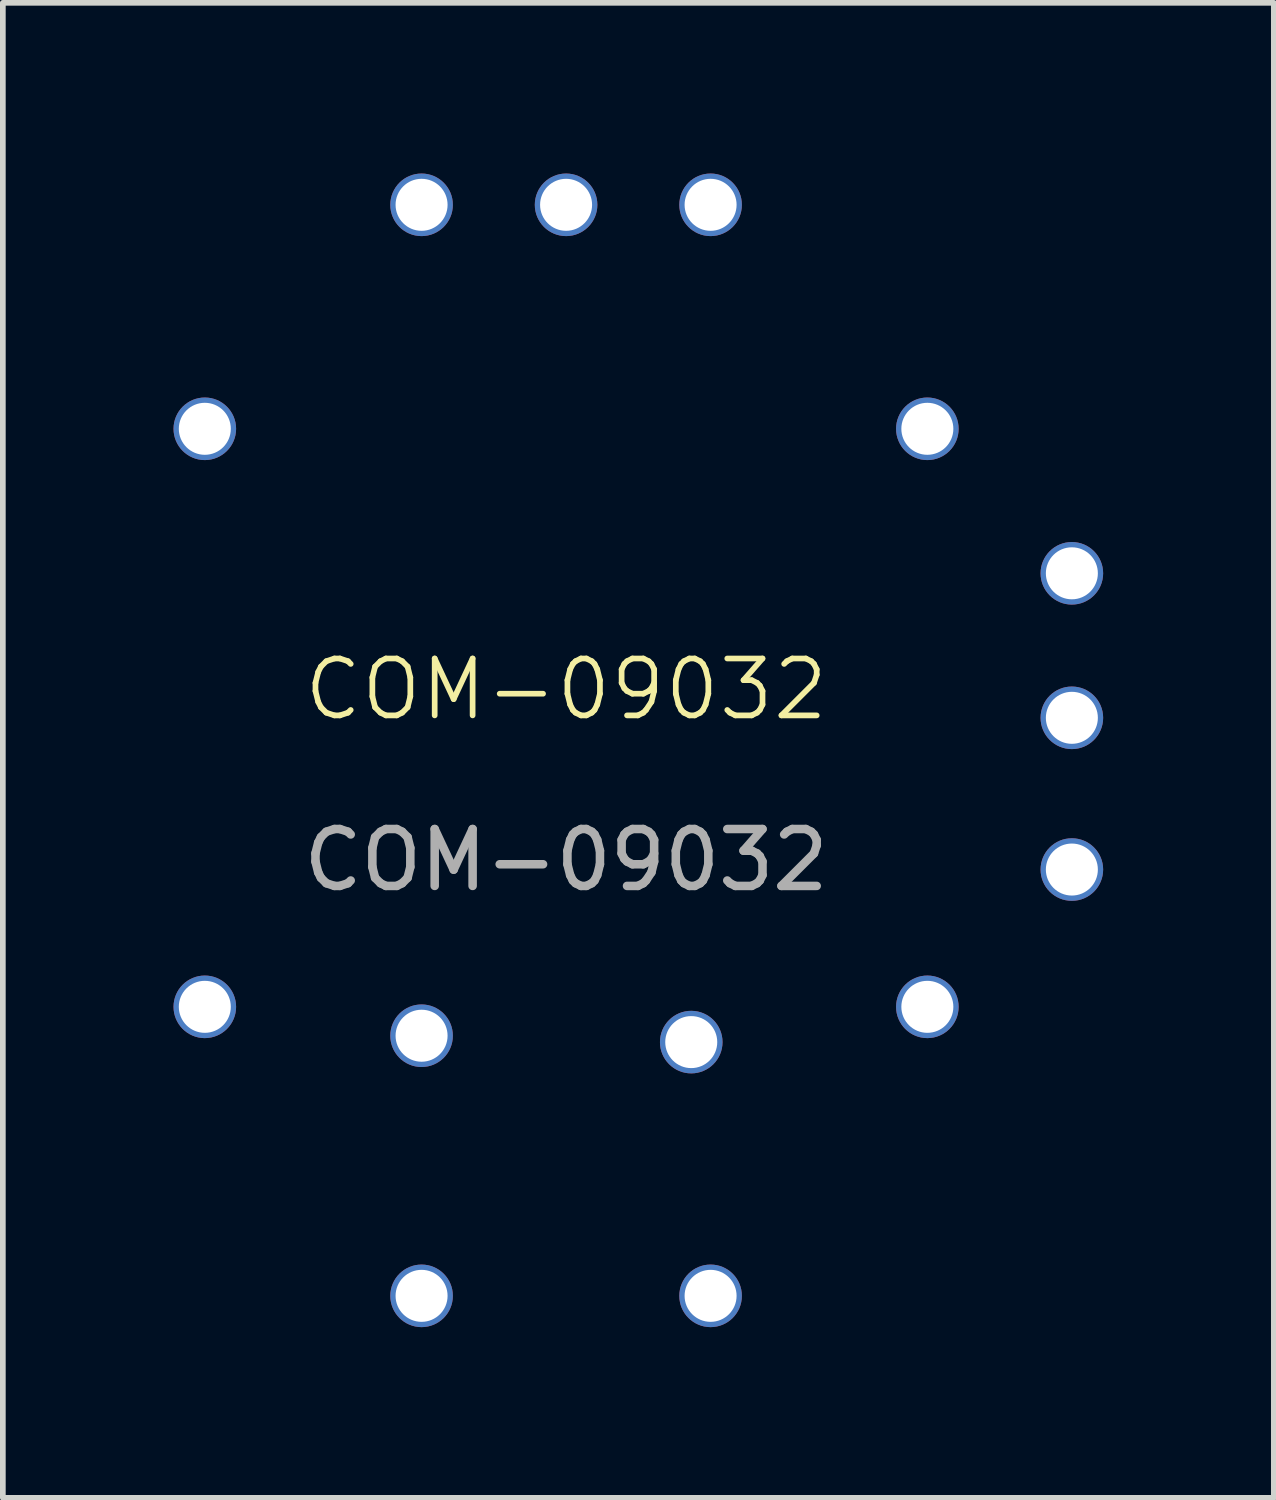
<source format=kicad_pcb>
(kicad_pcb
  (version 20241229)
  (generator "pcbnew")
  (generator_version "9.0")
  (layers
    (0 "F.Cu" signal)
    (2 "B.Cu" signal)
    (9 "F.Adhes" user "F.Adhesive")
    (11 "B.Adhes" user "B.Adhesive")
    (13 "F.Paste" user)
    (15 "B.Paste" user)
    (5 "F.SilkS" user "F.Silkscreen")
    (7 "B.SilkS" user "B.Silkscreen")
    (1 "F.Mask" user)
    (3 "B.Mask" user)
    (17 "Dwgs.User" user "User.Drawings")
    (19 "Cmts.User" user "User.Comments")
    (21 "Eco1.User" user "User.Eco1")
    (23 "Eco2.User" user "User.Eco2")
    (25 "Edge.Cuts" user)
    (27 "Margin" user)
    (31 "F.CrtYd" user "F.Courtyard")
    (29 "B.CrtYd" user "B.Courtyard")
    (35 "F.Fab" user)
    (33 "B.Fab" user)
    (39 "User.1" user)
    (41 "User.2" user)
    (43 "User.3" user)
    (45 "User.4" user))
  (footprint "COM-09032"
    (layer "F.Cu")
    (at 6.9 9.567)
    (property "Reference" "COM-09032" (at 0 -0.5 0) (unlocked yes) (layer "F.SilkS") (effects (font (size 1 1) (thickness 0.1))))
    (attr through_hole)
    (fp_text user "${REFERENCE}" (at 0 2.5 0) (unlocked yes) (layer "F.Fab") (effects (font (size 1 1) (thickness 0.15))))
    (pad "2" thru_hole circle (at 6.35 5.08) (size 1.1 1.1) (drill 0.914) (layers "*.Cu" "*.Mask"))
    (pad "3" thru_hole circle (at -6.35 5.08) (size 1.1 1.1) (drill 0.914) (layers "*.Cu" "*.Mask"))
    (pad "4" thru_hole circle (at -6.35 -5.08) (size 1.1 1.1) (drill 0.914) (layers "*.Cu" "*.Mask"))
    (pad "5" thru_hole circle (at 6.35 -5.08) (size 1.1 1.1) (drill 0.914) (layers "*.Cu" "*.Mask"))
    (pad "6" thru_hole circle (at 8.89 0) (size 1.1 1.1) (drill 0.914) (layers "*.Cu" "*.Mask"))
    (pad "7" thru_hole circle (at 8.89 2.667) (size 1.1 1.1) (drill 0.914) (layers "*.Cu" "*.Mask"))
    (pad "8" thru_hole circle (at 8.89 -2.54) (size 1.1 1.1) (drill 0.914) (layers "*.Cu" "*.Mask"))
    (pad "9" thru_hole circle (at 0 -9.017) (size 1.1 1.1) (drill 0.914) (layers "*.Cu" "*.Mask"))
    (pad "10" thru_hole circle (at 2.54 -9.017) (size 1.1 1.1) (drill 0.914) (layers "*.Cu" "*.Mask"))
    (pad "11" thru_hole circle (at -2.54 -9.017) (size 1.1 1.1) (drill 0.914) (layers "*.Cu" "*.Mask"))
    (pad "11" thru_hole circle (at 2.2 5.7) (size 1.1 1.1) (drill 0.914) (layers "*.Cu" "*.Mask"))
    (pad "12" thru_hole circle (at -2.54 10.16) (size 1.1 1.1) (drill 0.914) (layers "*.Cu" "*.Mask"))
    (pad "14" thru_hole circle (at -2.54 5.588) (size 1.1 1.1) (drill 0.914) (layers "*.Cu" "*.Mask"))
    (pad "15" thru_hole circle (at 2.54 10.16) (size 1.1 1.1) (drill 0.914) (layers "*.Cu" "*.Mask")))
  (gr_rect
    (start -3 -3)
    (end 19.34 23.277)
    (stroke (width 0.1) (type default))
    (fill no)
    (layer "Edge.Cuts")))
</source>
